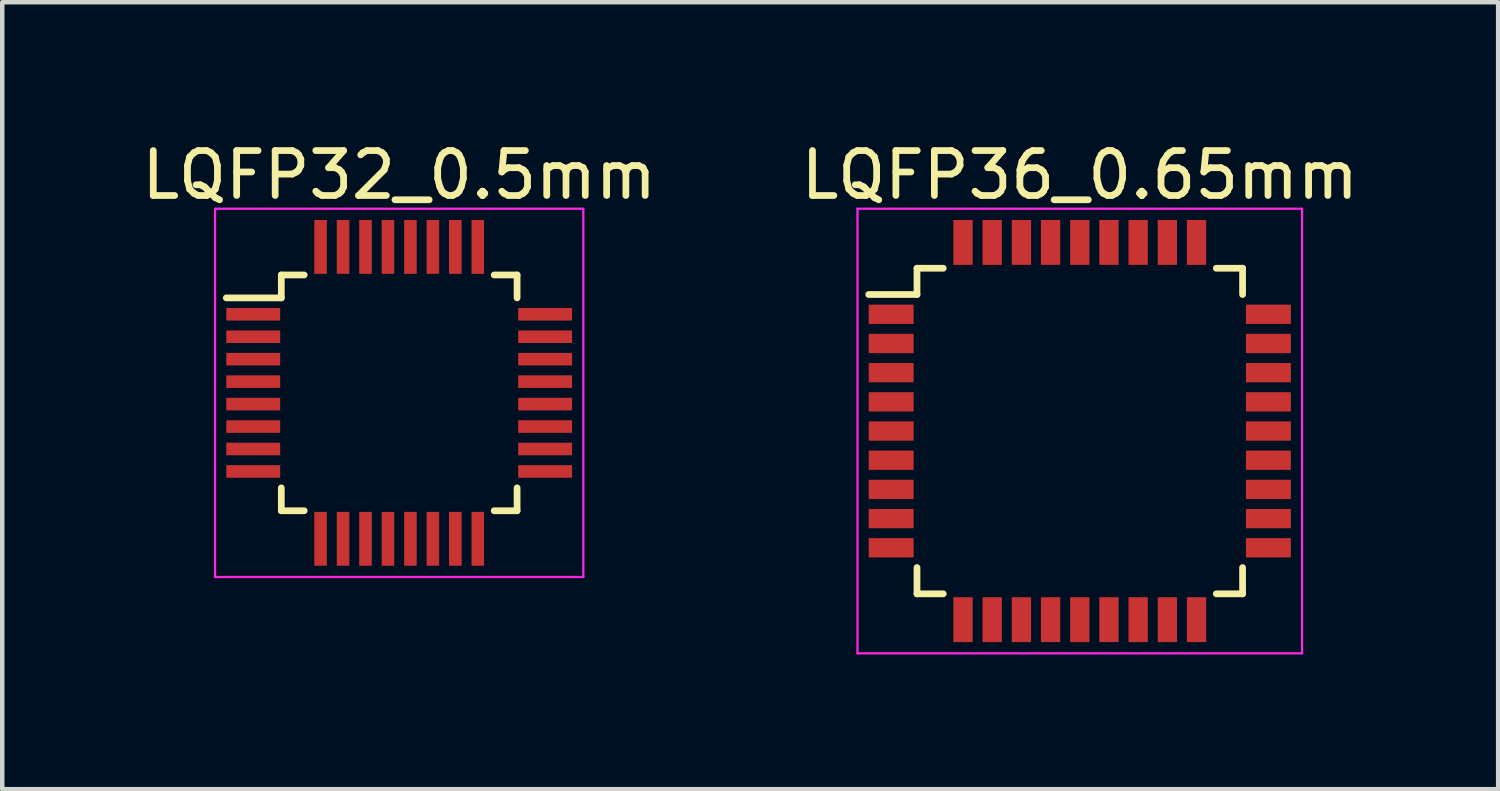
<source format=kicad_pcb>
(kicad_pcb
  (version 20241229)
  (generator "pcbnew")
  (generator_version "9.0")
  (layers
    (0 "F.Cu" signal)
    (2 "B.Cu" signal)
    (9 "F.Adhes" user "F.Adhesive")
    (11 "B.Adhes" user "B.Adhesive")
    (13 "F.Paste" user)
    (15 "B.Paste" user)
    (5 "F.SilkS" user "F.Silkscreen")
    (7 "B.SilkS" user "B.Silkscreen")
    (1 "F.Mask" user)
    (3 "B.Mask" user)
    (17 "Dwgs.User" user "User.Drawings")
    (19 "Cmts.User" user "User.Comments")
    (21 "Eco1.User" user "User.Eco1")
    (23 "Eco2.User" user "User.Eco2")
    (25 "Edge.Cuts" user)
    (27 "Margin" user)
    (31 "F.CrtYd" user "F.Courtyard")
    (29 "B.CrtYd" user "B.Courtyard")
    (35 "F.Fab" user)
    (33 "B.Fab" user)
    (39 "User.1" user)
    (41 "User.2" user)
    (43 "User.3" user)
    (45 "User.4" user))
  (footprint "LQFP36_0.65mm"
    (layer "F.Cu")
    (at 20.994 6.548)
    (property "Reference" "LQFP36_0.65mm" (at 0 -5.7 0) (layer "F.SilkS") (effects (font (size 1 1) (thickness 0.15))))
    (attr smd)
    (fp_line (start -3.625 -3.625) (end -3.625 -3.04) (stroke (width 0.15) (type solid)) (layer "F.SilkS"))
    (fp_line (start -3.625 -3.625) (end -3.04 -3.625) (stroke (width 0.15) (type solid)) (layer "F.SilkS"))
    (fp_line (start -3.625 -3.04) (end -4.7 -3.04) (stroke (width 0.15) (type solid)) (layer "F.SilkS"))
    (fp_line (start -3.625 3.625) (end -3.625 3.04) (stroke (width 0.15) (type solid)) (layer "F.SilkS"))
    (fp_line (start -3.625 3.625) (end -3.04 3.625) (stroke (width 0.15) (type solid)) (layer "F.SilkS"))
    (fp_line (start 3.625 -3.625) (end 3.04 -3.625) (stroke (width 0.15) (type solid)) (layer "F.SilkS"))
    (fp_line (start 3.625 -3.625) (end 3.625 -3.04) (stroke (width 0.15) (type solid)) (layer "F.SilkS"))
    (fp_line (start 3.625 3.625) (end 3.04 3.625) (stroke (width 0.15) (type solid)) (layer "F.SilkS"))
    (fp_line (start 3.625 3.625) (end 3.625 3.04) (stroke (width 0.15) (type solid)) (layer "F.SilkS"))
    (fp_line (start -4.95 -4.95) (end -4.95 4.95) (stroke (width 0.05) (type solid)) (layer "F.CrtYd"))
    (fp_line (start -4.95 -4.95) (end 4.95 -4.95) (stroke (width 0.05) (type solid)) (layer "F.CrtYd"))
    (fp_line (start -4.95 4.95) (end 4.95 4.95) (stroke (width 0.05) (type solid)) (layer "F.CrtYd"))
    (fp_line (start 4.95 -4.95) (end 4.95 4.95) (stroke (width 0.05) (type solid)) (layer "F.CrtYd"))
    (pad "1" smd rect (at -4.2 -2.6) (size 1 0.43) (layers "F.Cu" "F.Mask" "F.Paste"))
    (pad "2" smd rect (at -4.2 -1.95) (size 1 0.43) (layers "F.Cu" "F.Mask" "F.Paste"))
    (pad "3" smd rect (at -4.2 -1.3) (size 1 0.43) (layers "F.Cu" "F.Mask" "F.Paste"))
    (pad "4" smd rect (at -4.2 -0.65) (size 1 0.43) (layers "F.Cu" "F.Mask" "F.Paste"))
    (pad "5" smd rect (at -4.2 0) (size 1 0.43) (layers "F.Cu" "F.Mask" "F.Paste"))
    (pad "6" smd rect (at -4.2 0.65) (size 1 0.43) (layers "F.Cu" "F.Mask" "F.Paste"))
    (pad "7" smd rect (at -4.2 1.3) (size 1 0.43) (layers "F.Cu" "F.Mask" "F.Paste"))
    (pad "8" smd rect (at -4.2 1.95) (size 1 0.43) (layers "F.Cu" "F.Mask" "F.Paste"))
    (pad "9" smd rect (at -4.2 2.6) (size 1 0.43) (layers "F.Cu" "F.Mask" "F.Paste"))
    (pad "10" smd rect (at -2.6 4.2 90) (size 1 0.43) (layers "F.Cu" "F.Mask" "F.Paste"))
    (pad "11" smd rect (at -1.95 4.2 90) (size 1 0.43) (layers "F.Cu" "F.Mask" "F.Paste"))
    (pad "12" smd rect (at -1.3 4.2 90) (size 1 0.43) (layers "F.Cu" "F.Mask" "F.Paste"))
    (pad "13" smd rect (at -0.65 4.2 90) (size 1 0.43) (layers "F.Cu" "F.Mask" "F.Paste"))
    (pad "14" smd rect (at 0 4.2 90) (size 1 0.43) (layers "F.Cu" "F.Mask" "F.Paste"))
    (pad "15" smd rect (at 0.65 4.2 90) (size 1 0.43) (layers "F.Cu" "F.Mask" "F.Paste"))
    (pad "16" smd rect (at 1.3 4.2 90) (size 1 0.43) (layers "F.Cu" "F.Mask" "F.Paste"))
    (pad "17" smd rect (at 1.95 4.2 90) (size 1 0.43) (layers "F.Cu" "F.Mask" "F.Paste"))
    (pad "18" smd rect (at 2.6 4.2 90) (size 1 0.43) (layers "F.Cu" "F.Mask" "F.Paste"))
    (pad "19" smd rect (at 4.2 2.6) (size 1 0.43) (layers "F.Cu" "F.Mask" "F.Paste"))
    (pad "20" smd rect (at 4.2 1.95) (size 1 0.43) (layers "F.Cu" "F.Mask" "F.Paste"))
    (pad "21" smd rect (at 4.2 1.3) (size 1 0.43) (layers "F.Cu" "F.Mask" "F.Paste"))
    (pad "22" smd rect (at 4.2 0.65) (size 1 0.43) (layers "F.Cu" "F.Mask" "F.Paste"))
    (pad "23" smd rect (at 4.2 0) (size 1 0.43) (layers "F.Cu" "F.Mask" "F.Paste"))
    (pad "24" smd rect (at 4.2 -0.65) (size 1 0.43) (layers "F.Cu" "F.Mask" "F.Paste"))
    (pad "25" smd rect (at 4.2 -1.3) (size 1 0.43) (layers "F.Cu" "F.Mask" "F.Paste"))
    (pad "26" smd rect (at 4.2 -1.95) (size 1 0.43) (layers "F.Cu" "F.Mask" "F.Paste"))
    (pad "27" smd rect (at 4.2 -2.6) (size 1 0.43) (layers "F.Cu" "F.Mask" "F.Paste"))
    (pad "28" smd rect (at 2.6 -4.2 90) (size 1 0.43) (layers "F.Cu" "F.Mask" "F.Paste"))
    (pad "29" smd rect (at 1.95 -4.2 90) (size 1 0.43) (layers "F.Cu" "F.Mask" "F.Paste"))
    (pad "30" smd rect (at 1.3 -4.2 90) (size 1 0.43) (layers "F.Cu" "F.Mask" "F.Paste"))
    (pad "31" smd rect (at 0.65 -4.2 90) (size 1 0.43) (layers "F.Cu" "F.Mask" "F.Paste"))
    (pad "32" smd rect (at 0 -4.2 90) (size 1 0.43) (layers "F.Cu" "F.Mask" "F.Paste"))
    (pad "33" smd rect (at -0.65 -4.2 90) (size 1 0.43) (layers "F.Cu" "F.Mask" "F.Paste"))
    (pad "34" smd rect (at -1.3 -4.2 90) (size 1 0.43) (layers "F.Cu" "F.Mask" "F.Paste"))
    (pad "35" smd rect (at -1.95 -4.2 90) (size 1 0.43) (layers "F.Cu" "F.Mask" "F.Paste"))
    (pad "36" smd rect (at -2.6 -4.2 90) (size 1 0.43) (layers "F.Cu" "F.Mask" "F.Paste")))
  (footprint "LQFP32_0.5mm"
    (layer "F.Cu")
    (at 5.839 5.698)
    (property "Reference" "LQFP32_0.5mm" (at 0 -4.85 0) (layer "F.SilkS") (effects (font (size 1 1) (thickness 0.15))))
    (attr smd)
    (fp_line (start -2.625 -2.625) (end -2.625 -2.115) (stroke (width 0.15) (type solid)) (layer "F.SilkS"))
    (fp_line (start -2.625 -2.625) (end -2.115 -2.625) (stroke (width 0.15) (type solid)) (layer "F.SilkS"))
    (fp_line (start -2.625 -2.115) (end -3.85 -2.115) (stroke (width 0.15) (type solid)) (layer "F.SilkS"))
    (fp_line (start -2.625 2.625) (end -2.625 2.115) (stroke (width 0.15) (type solid)) (layer "F.SilkS"))
    (fp_line (start -2.625 2.625) (end -2.115 2.625) (stroke (width 0.15) (type solid)) (layer "F.SilkS"))
    (fp_line (start 2.625 -2.625) (end 2.115 -2.625) (stroke (width 0.15) (type solid)) (layer "F.SilkS"))
    (fp_line (start 2.625 -2.625) (end 2.625 -2.115) (stroke (width 0.15) (type solid)) (layer "F.SilkS"))
    (fp_line (start 2.625 2.625) (end 2.115 2.625) (stroke (width 0.15) (type solid)) (layer "F.SilkS"))
    (fp_line (start 2.625 2.625) (end 2.625 2.115) (stroke (width 0.15) (type solid)) (layer "F.SilkS"))
    (fp_line (start -4.1 -4.1) (end -4.1 4.1) (stroke (width 0.05) (type solid)) (layer "F.CrtYd"))
    (fp_line (start -4.1 -4.1) (end 4.1 -4.1) (stroke (width 0.05) (type solid)) (layer "F.CrtYd"))
    (fp_line (start -4.1 4.1) (end 4.1 4.1) (stroke (width 0.05) (type solid)) (layer "F.CrtYd"))
    (fp_line (start 4.1 -4.1) (end 4.1 4.1) (stroke (width 0.05) (type solid)) (layer "F.CrtYd"))
    (pad "1" smd rect (at -3.25 -1.75) (size 1.2 0.28) (layers "F.Cu" "F.Mask" "F.Paste"))
    (pad "2" smd rect (at -3.25 -1.25) (size 1.2 0.28) (layers "F.Cu" "F.Mask" "F.Paste"))
    (pad "3" smd rect (at -3.25 -0.75) (size 1.2 0.28) (layers "F.Cu" "F.Mask" "F.Paste"))
    (pad "4" smd rect (at -3.25 -0.25) (size 1.2 0.28) (layers "F.Cu" "F.Mask" "F.Paste"))
    (pad "5" smd rect (at -3.25 0.25) (size 1.2 0.28) (layers "F.Cu" "F.Mask" "F.Paste"))
    (pad "6" smd rect (at -3.25 0.75) (size 1.2 0.28) (layers "F.Cu" "F.Mask" "F.Paste"))
    (pad "7" smd rect (at -3.25 1.25) (size 1.2 0.28) (layers "F.Cu" "F.Mask" "F.Paste"))
    (pad "8" smd rect (at -3.25 1.75) (size 1.2 0.28) (layers "F.Cu" "F.Mask" "F.Paste"))
    (pad "9" smd rect (at -1.75 3.25 90) (size 1.2 0.28) (layers "F.Cu" "F.Mask" "F.Paste"))
    (pad "10" smd rect (at -1.25 3.25 90) (size 1.2 0.28) (layers "F.Cu" "F.Mask" "F.Paste"))
    (pad "11" smd rect (at -0.75 3.25 90) (size 1.2 0.28) (layers "F.Cu" "F.Mask" "F.Paste"))
    (pad "12" smd rect (at -0.25 3.25 90) (size 1.2 0.28) (layers "F.Cu" "F.Mask" "F.Paste"))
    (pad "13" smd rect (at 0.25 3.25 90) (size 1.2 0.28) (layers "F.Cu" "F.Mask" "F.Paste"))
    (pad "14" smd rect (at 0.75 3.25 90) (size 1.2 0.28) (layers "F.Cu" "F.Mask" "F.Paste"))
    (pad "15" smd rect (at 1.25 3.25 90) (size 1.2 0.28) (layers "F.Cu" "F.Mask" "F.Paste"))
    (pad "16" smd rect (at 1.75 3.25 90) (size 1.2 0.28) (layers "F.Cu" "F.Mask" "F.Paste"))
    (pad "17" smd rect (at 3.25 1.75) (size 1.2 0.28) (layers "F.Cu" "F.Mask" "F.Paste"))
    (pad "18" smd rect (at 3.25 1.25) (size 1.2 0.28) (layers "F.Cu" "F.Mask" "F.Paste"))
    (pad "19" smd rect (at 3.25 0.75) (size 1.2 0.28) (layers "F.Cu" "F.Mask" "F.Paste"))
    (pad "20" smd rect (at 3.25 0.25) (size 1.2 0.28) (layers "F.Cu" "F.Mask" "F.Paste"))
    (pad "21" smd rect (at 3.25 -0.25) (size 1.2 0.28) (layers "F.Cu" "F.Mask" "F.Paste"))
    (pad "22" smd rect (at 3.25 -0.75) (size 1.2 0.28) (layers "F.Cu" "F.Mask" "F.Paste"))
    (pad "23" smd rect (at 3.25 -1.25) (size 1.2 0.28) (layers "F.Cu" "F.Mask" "F.Paste"))
    (pad "24" smd rect (at 3.25 -1.75) (size 1.2 0.28) (layers "F.Cu" "F.Mask" "F.Paste"))
    (pad "25" smd rect (at 1.75 -3.25 90) (size 1.2 0.28) (layers "F.Cu" "F.Mask" "F.Paste"))
    (pad "26" smd rect (at 1.25 -3.25 90) (size 1.2 0.28) (layers "F.Cu" "F.Mask" "F.Paste"))
    (pad "27" smd rect (at 0.75 -3.25 90) (size 1.2 0.28) (layers "F.Cu" "F.Mask" "F.Paste"))
    (pad "28" smd rect (at 0.25 -3.25 90) (size 1.2 0.28) (layers "F.Cu" "F.Mask" "F.Paste"))
    (pad "29" smd rect (at -0.25 -3.25 90) (size 1.2 0.28) (layers "F.Cu" "F.Mask" "F.Paste"))
    (pad "30" smd rect (at -0.75 -3.25 90) (size 1.2 0.28) (layers "F.Cu" "F.Mask" "F.Paste"))
    (pad "31" smd rect (at -1.25 -3.25 90) (size 1.2 0.28) (layers "F.Cu" "F.Mask" "F.Paste"))
    (pad "32" smd rect (at -1.75 -3.25 90) (size 1.2 0.28) (layers "F.Cu" "F.Mask" "F.Paste")))
  (gr_rect
    (start -3 -3)
    (end 30.31 14.523)
    (stroke (width 0.1) (type default))
    (fill no)
    (layer "Edge.Cuts")))
</source>
